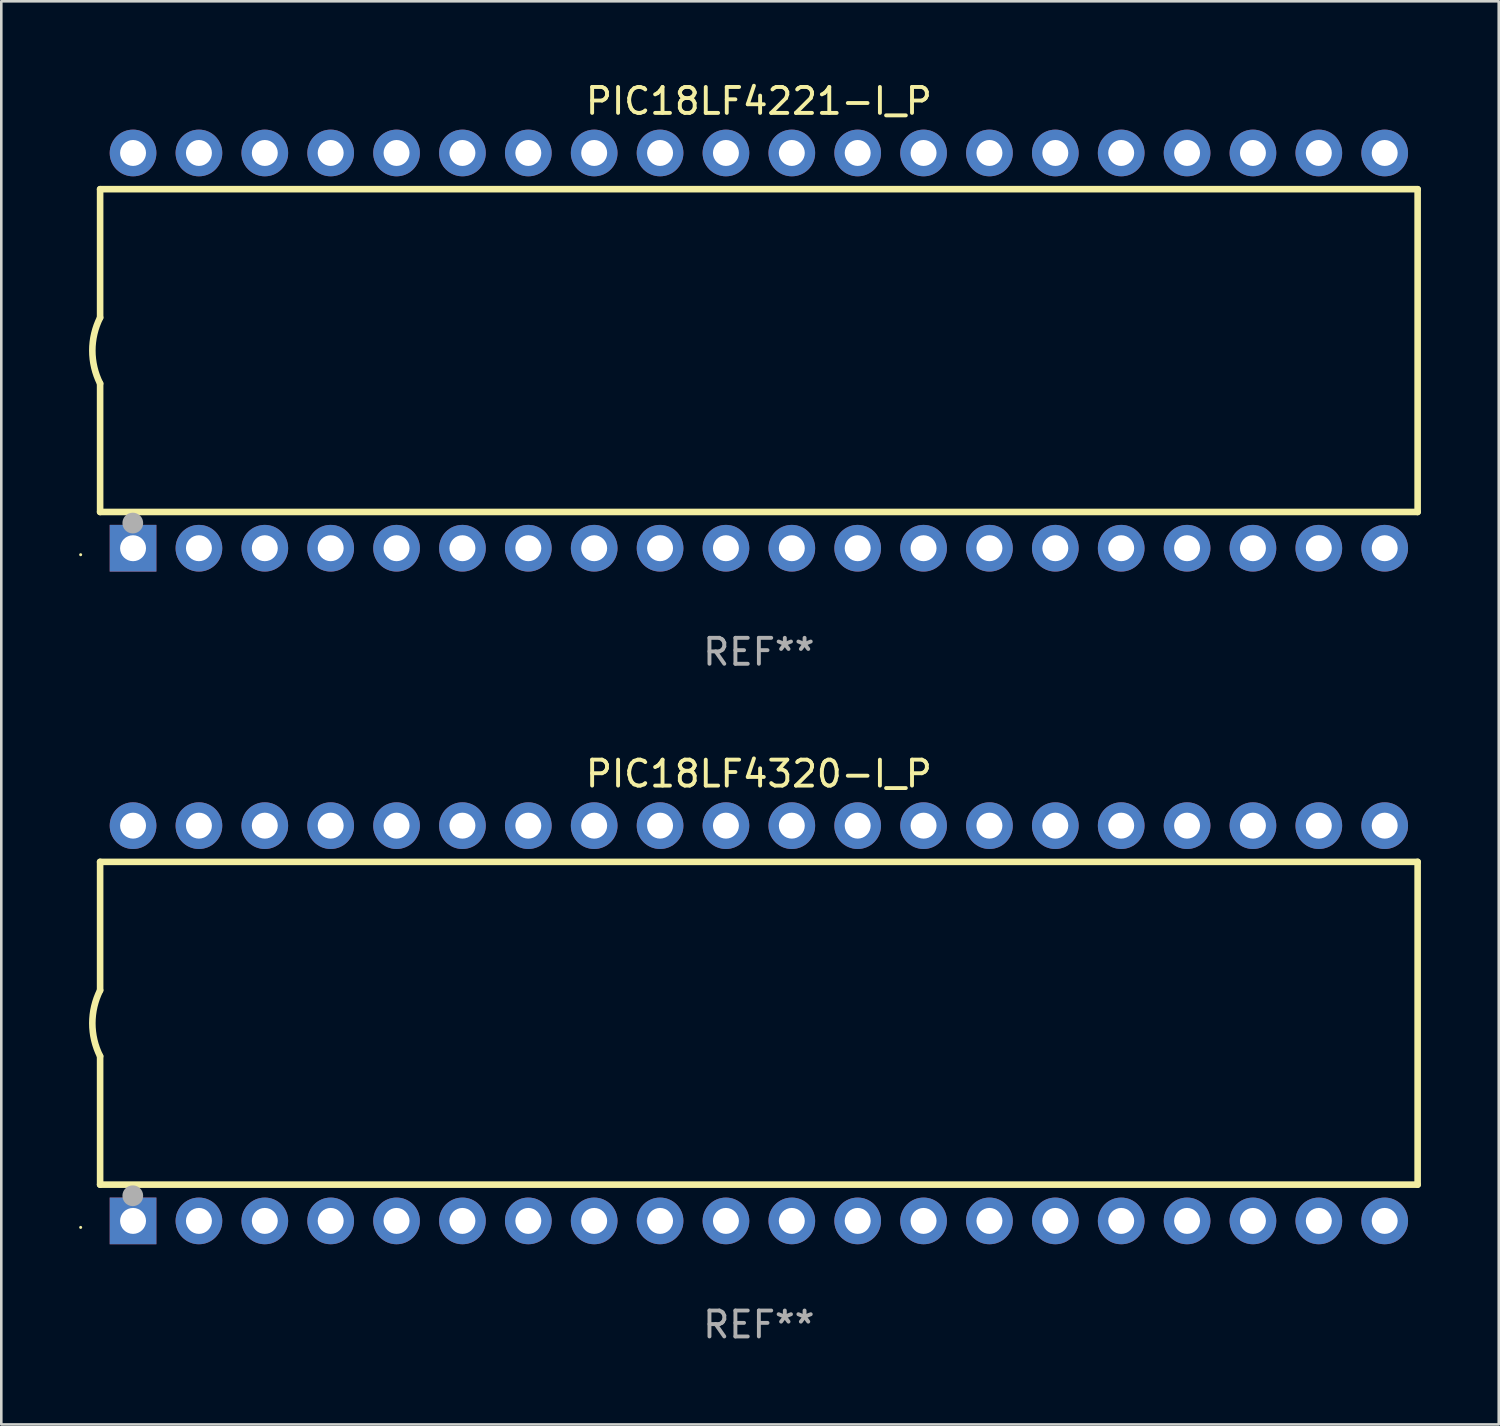
<source format=kicad_pcb>
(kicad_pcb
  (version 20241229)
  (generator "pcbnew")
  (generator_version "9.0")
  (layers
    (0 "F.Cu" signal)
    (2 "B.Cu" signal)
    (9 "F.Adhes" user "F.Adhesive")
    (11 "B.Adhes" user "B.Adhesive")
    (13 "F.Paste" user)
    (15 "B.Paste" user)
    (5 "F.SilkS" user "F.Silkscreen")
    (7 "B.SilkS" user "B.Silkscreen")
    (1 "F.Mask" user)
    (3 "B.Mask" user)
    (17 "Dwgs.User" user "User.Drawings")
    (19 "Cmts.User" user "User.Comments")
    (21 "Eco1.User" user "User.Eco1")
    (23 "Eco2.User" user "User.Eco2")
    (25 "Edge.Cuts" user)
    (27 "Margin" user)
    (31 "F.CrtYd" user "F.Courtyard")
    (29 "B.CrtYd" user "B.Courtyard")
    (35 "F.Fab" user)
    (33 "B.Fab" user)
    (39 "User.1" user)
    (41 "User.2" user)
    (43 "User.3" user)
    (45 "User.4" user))
  (footprint "PIC18LF4221-I_P"
    (layer "F.Cu")
    (at 26.21 10.468)
    (property "Reference" "PIC18LF4221-I_P" (at 0 -9.62 0) (layer "F.SilkS") (effects (font (size 1 1) (thickness 0.15))))
    (attr through_hole)
    (fp_line (start -25.4 -6.224) (end -25.4 -1.271) (stroke (width 0.254) (type solid)) (layer "F.SilkS"))
    (fp_line (start -25.4 -6.224) (end 25.4 -6.224) (stroke (width 0.254) (type solid)) (layer "F.SilkS"))
    (fp_line (start -25.4 1.269) (end -25.4 6.222) (stroke (width 0.254) (type solid)) (layer "F.SilkS"))
    (fp_line (start -25.4 6.222) (end 25.4 6.222) (stroke (width 0.254) (type solid)) (layer "F.SilkS"))
    (fp_line (start 25.4 6.222) (end 25.4 -6.224) (stroke (width 0.254) (type solid)) (layer "F.SilkS"))
    (fp_arc (start -25.4 1.269241) (mid -25.699807 -0.000762) (end -25.4 -1.270765) (stroke (width 0.254001) (type solid)) (layer "F.SilkS"))
    (fp_circle (center -26.15 7.87) (end -26.12 7.87) (stroke (width 0.06) (type solid)) (fill no) (layer "F.SilkS"))
    (fp_circle (center -24.14 6.65) (end -23.94 6.65) (stroke (width 0.4) (type solid)) (fill no) (layer "F.Fab"))
    (fp_text user "REF**" (at 0 11.62 0) (layer "F.Fab") (effects (font (size 1 1) (thickness 0.15))))
    (pad "1" thru_hole rect (at -24.13 7.62 90) (size 1.8 1.8) (drill 1) (layers "*.Cu" "*.Mask"))
    (pad "2" thru_hole circle (at -21.59 7.62) (size 1.8 1.8) (drill 1) (layers "*.Cu" "*.Mask"))
    (pad "3" thru_hole circle (at -19.05 7.62) (size 1.8 1.8) (drill 1) (layers "*.Cu" "*.Mask"))
    (pad "4" thru_hole circle (at -16.51 7.62) (size 1.8 1.8) (drill 1) (layers "*.Cu" "*.Mask"))
    (pad "5" thru_hole circle (at -13.97 7.62) (size 1.8 1.8) (drill 1) (layers "*.Cu" "*.Mask"))
    (pad "6" thru_hole circle (at -11.43 7.62) (size 1.8 1.8) (drill 1) (layers "*.Cu" "*.Mask"))
    (pad "7" thru_hole circle (at -8.89 7.62) (size 1.8 1.8) (drill 1) (layers "*.Cu" "*.Mask"))
    (pad "8" thru_hole circle (at -6.35 7.62) (size 1.8 1.8) (drill 1) (layers "*.Cu" "*.Mask"))
    (pad "9" thru_hole circle (at -3.81 7.62) (size 1.8 1.8) (drill 1) (layers "*.Cu" "*.Mask"))
    (pad "10" thru_hole circle (at -1.27 7.62) (size 1.8 1.8) (drill 1) (layers "*.Cu" "*.Mask"))
    (pad "11" thru_hole circle (at 1.27 7.62) (size 1.8 1.8) (drill 1) (layers "*.Cu" "*.Mask"))
    (pad "12" thru_hole circle (at 3.81 7.62) (size 1.8 1.8) (drill 1) (layers "*.Cu" "*.Mask"))
    (pad "13" thru_hole circle (at 6.35 7.62) (size 1.8 1.8) (drill 1) (layers "*.Cu" "*.Mask"))
    (pad "14" thru_hole circle (at 8.89 7.62) (size 1.8 1.8) (drill 1) (layers "*.Cu" "*.Mask"))
    (pad "15" thru_hole circle (at 11.43 7.62) (size 1.8 1.8) (drill 1) (layers "*.Cu" "*.Mask"))
    (pad "16" thru_hole circle (at 13.97 7.62) (size 1.8 1.8) (drill 1) (layers "*.Cu" "*.Mask"))
    (pad "17" thru_hole circle (at 16.51 7.62) (size 1.8 1.8) (drill 1) (layers "*.Cu" "*.Mask"))
    (pad "18" thru_hole circle (at 19.05 7.62) (size 1.8 1.8) (drill 1) (layers "*.Cu" "*.Mask"))
    (pad "19" thru_hole circle (at 21.59 7.62) (size 1.8 1.8) (drill 1) (layers "*.Cu" "*.Mask"))
    (pad "20" thru_hole circle (at 24.13 7.62) (size 1.8 1.8) (drill 1) (layers "*.Cu" "*.Mask"))
    (pad "21" thru_hole circle (at 24.13 -7.62) (size 1.8 1.8) (drill 1) (layers "*.Cu" "*.Mask"))
    (pad "22" thru_hole circle (at 21.59 -7.62) (size 1.8 1.8) (drill 1) (layers "*.Cu" "*.Mask"))
    (pad "23" thru_hole circle (at 19.05 -7.62) (size 1.8 1.8) (drill 1) (layers "*.Cu" "*.Mask"))
    (pad "24" thru_hole circle (at 16.51 -7.62) (size 1.8 1.8) (drill 1) (layers "*.Cu" "*.Mask"))
    (pad "25" thru_hole circle (at 13.97 -7.62) (size 1.8 1.8) (drill 1) (layers "*.Cu" "*.Mask"))
    (pad "26" thru_hole circle (at 11.43 -7.62) (size 1.8 1.8) (drill 1) (layers "*.Cu" "*.Mask"))
    (pad "27" thru_hole circle (at 8.89 -7.62) (size 1.8 1.8) (drill 1) (layers "*.Cu" "*.Mask"))
    (pad "28" thru_hole circle (at 6.35 -7.62) (size 1.8 1.8) (drill 1) (layers "*.Cu" "*.Mask"))
    (pad "29" thru_hole circle (at 3.81 -7.62) (size 1.8 1.8) (drill 1) (layers "*.Cu" "*.Mask"))
    (pad "30" thru_hole circle (at 1.27 -7.62) (size 1.8 1.8) (drill 1) (layers "*.Cu" "*.Mask"))
    (pad "31" thru_hole circle (at -1.27 -7.62) (size 1.8 1.8) (drill 1) (layers "*.Cu" "*.Mask"))
    (pad "32" thru_hole circle (at -3.81 -7.62) (size 1.8 1.8) (drill 1) (layers "*.Cu" "*.Mask"))
    (pad "33" thru_hole circle (at -6.35 -7.62) (size 1.8 1.8) (drill 1) (layers "*.Cu" "*.Mask"))
    (pad "34" thru_hole circle (at -8.89 -7.62) (size 1.8 1.8) (drill 1) (layers "*.Cu" "*.Mask"))
    (pad "35" thru_hole circle (at -11.43 -7.62) (size 1.8 1.8) (drill 1) (layers "*.Cu" "*.Mask"))
    (pad "36" thru_hole circle (at -13.97 -7.62) (size 1.8 1.8) (drill 1) (layers "*.Cu" "*.Mask"))
    (pad "37" thru_hole circle (at -16.51 -7.62) (size 1.8 1.8) (drill 1) (layers "*.Cu" "*.Mask"))
    (pad "38" thru_hole circle (at -19.05 -7.62) (size 1.8 1.8) (drill 1) (layers "*.Cu" "*.Mask"))
    (pad "39" thru_hole circle (at -21.59 -7.62) (size 1.8 1.8) (drill 1) (layers "*.Cu" "*.Mask"))
    (pad "40" thru_hole circle (at -24.13 -7.62) (size 1.8 1.8) (drill 1) (layers "*.Cu" "*.Mask")))
  (footprint "PIC18LF4320-I_P"
    (layer "F.Cu")
    (at 26.21 36.405)
    (property "Reference" "PIC18LF4320-I_P" (at 0 -9.62 0) (layer "F.SilkS") (effects (font (size 1 1) (thickness 0.15))))
    (attr through_hole)
    (fp_line (start -25.4 -6.224) (end -25.4 -1.271) (stroke (width 0.254) (type solid)) (layer "F.SilkS"))
    (fp_line (start -25.4 -6.224) (end 25.4 -6.224) (stroke (width 0.254) (type solid)) (layer "F.SilkS"))
    (fp_line (start -25.4 1.269) (end -25.4 6.222) (stroke (width 0.254) (type solid)) (layer "F.SilkS"))
    (fp_line (start -25.4 6.222) (end 25.4 6.222) (stroke (width 0.254) (type solid)) (layer "F.SilkS"))
    (fp_line (start 25.4 6.222) (end 25.4 -6.224) (stroke (width 0.254) (type solid)) (layer "F.SilkS"))
    (fp_arc (start -25.4 1.269241) (mid -25.699807 -0.000762) (end -25.4 -1.270765) (stroke (width 0.254001) (type solid)) (layer "F.SilkS"))
    (fp_circle (center -26.15 7.87) (end -26.12 7.87) (stroke (width 0.06) (type solid)) (fill no) (layer "F.SilkS"))
    (fp_circle (center -24.14 6.65) (end -23.94 6.65) (stroke (width 0.4) (type solid)) (fill no) (layer "F.Fab"))
    (fp_text user "REF**" (at 0 11.62 0) (layer "F.Fab") (effects (font (size 1 1) (thickness 0.15))))
    (pad "1" thru_hole rect (at -24.13 7.62 90) (size 1.8 1.8) (drill 1) (layers "*.Cu" "*.Mask"))
    (pad "2" thru_hole circle (at -21.59 7.62) (size 1.8 1.8) (drill 1) (layers "*.Cu" "*.Mask"))
    (pad "3" thru_hole circle (at -19.05 7.62) (size 1.8 1.8) (drill 1) (layers "*.Cu" "*.Mask"))
    (pad "4" thru_hole circle (at -16.51 7.62) (size 1.8 1.8) (drill 1) (layers "*.Cu" "*.Mask"))
    (pad "5" thru_hole circle (at -13.97 7.62) (size 1.8 1.8) (drill 1) (layers "*.Cu" "*.Mask"))
    (pad "6" thru_hole circle (at -11.43 7.62) (size 1.8 1.8) (drill 1) (layers "*.Cu" "*.Mask"))
    (pad "7" thru_hole circle (at -8.89 7.62) (size 1.8 1.8) (drill 1) (layers "*.Cu" "*.Mask"))
    (pad "8" thru_hole circle (at -6.35 7.62) (size 1.8 1.8) (drill 1) (layers "*.Cu" "*.Mask"))
    (pad "9" thru_hole circle (at -3.81 7.62) (size 1.8 1.8) (drill 1) (layers "*.Cu" "*.Mask"))
    (pad "10" thru_hole circle (at -1.27 7.62) (size 1.8 1.8) (drill 1) (layers "*.Cu" "*.Mask"))
    (pad "11" thru_hole circle (at 1.27 7.62) (size 1.8 1.8) (drill 1) (layers "*.Cu" "*.Mask"))
    (pad "12" thru_hole circle (at 3.81 7.62) (size 1.8 1.8) (drill 1) (layers "*.Cu" "*.Mask"))
    (pad "13" thru_hole circle (at 6.35 7.62) (size 1.8 1.8) (drill 1) (layers "*.Cu" "*.Mask"))
    (pad "14" thru_hole circle (at 8.89 7.62) (size 1.8 1.8) (drill 1) (layers "*.Cu" "*.Mask"))
    (pad "15" thru_hole circle (at 11.43 7.62) (size 1.8 1.8) (drill 1) (layers "*.Cu" "*.Mask"))
    (pad "16" thru_hole circle (at 13.97 7.62) (size 1.8 1.8) (drill 1) (layers "*.Cu" "*.Mask"))
    (pad "17" thru_hole circle (at 16.51 7.62) (size 1.8 1.8) (drill 1) (layers "*.Cu" "*.Mask"))
    (pad "18" thru_hole circle (at 19.05 7.62) (size 1.8 1.8) (drill 1) (layers "*.Cu" "*.Mask"))
    (pad "19" thru_hole circle (at 21.59 7.62) (size 1.8 1.8) (drill 1) (layers "*.Cu" "*.Mask"))
    (pad "20" thru_hole circle (at 24.13 7.62) (size 1.8 1.8) (drill 1) (layers "*.Cu" "*.Mask"))
    (pad "21" thru_hole circle (at 24.13 -7.62) (size 1.8 1.8) (drill 1) (layers "*.Cu" "*.Mask"))
    (pad "22" thru_hole circle (at 21.59 -7.62) (size 1.8 1.8) (drill 1) (layers "*.Cu" "*.Mask"))
    (pad "23" thru_hole circle (at 19.05 -7.62) (size 1.8 1.8) (drill 1) (layers "*.Cu" "*.Mask"))
    (pad "24" thru_hole circle (at 16.51 -7.62) (size 1.8 1.8) (drill 1) (layers "*.Cu" "*.Mask"))
    (pad "25" thru_hole circle (at 13.97 -7.62) (size 1.8 1.8) (drill 1) (layers "*.Cu" "*.Mask"))
    (pad "26" thru_hole circle (at 11.43 -7.62) (size 1.8 1.8) (drill 1) (layers "*.Cu" "*.Mask"))
    (pad "27" thru_hole circle (at 8.89 -7.62) (size 1.8 1.8) (drill 1) (layers "*.Cu" "*.Mask"))
    (pad "28" thru_hole circle (at 6.35 -7.62) (size 1.8 1.8) (drill 1) (layers "*.Cu" "*.Mask"))
    (pad "29" thru_hole circle (at 3.81 -7.62) (size 1.8 1.8) (drill 1) (layers "*.Cu" "*.Mask"))
    (pad "30" thru_hole circle (at 1.27 -7.62) (size 1.8 1.8) (drill 1) (layers "*.Cu" "*.Mask"))
    (pad "31" thru_hole circle (at -1.27 -7.62) (size 1.8 1.8) (drill 1) (layers "*.Cu" "*.Mask"))
    (pad "32" thru_hole circle (at -3.81 -7.62) (size 1.8 1.8) (drill 1) (layers "*.Cu" "*.Mask"))
    (pad "33" thru_hole circle (at -6.35 -7.62) (size 1.8 1.8) (drill 1) (layers "*.Cu" "*.Mask"))
    (pad "34" thru_hole circle (at -8.89 -7.62) (size 1.8 1.8) (drill 1) (layers "*.Cu" "*.Mask"))
    (pad "35" thru_hole circle (at -11.43 -7.62) (size 1.8 1.8) (drill 1) (layers "*.Cu" "*.Mask"))
    (pad "36" thru_hole circle (at -13.97 -7.62) (size 1.8 1.8) (drill 1) (layers "*.Cu" "*.Mask"))
    (pad "37" thru_hole circle (at -16.51 -7.62) (size 1.8 1.8) (drill 1) (layers "*.Cu" "*.Mask"))
    (pad "38" thru_hole circle (at -19.05 -7.62) (size 1.8 1.8) (drill 1) (layers "*.Cu" "*.Mask"))
    (pad "39" thru_hole circle (at -21.59 -7.62) (size 1.8 1.8) (drill 1) (layers "*.Cu" "*.Mask"))
    (pad "40" thru_hole circle (at -24.13 -7.62) (size 1.8 1.8) (drill 1) (layers "*.Cu" "*.Mask")))
  (gr_rect
    (start -3 -3)
    (end 54.737 51.873)
    (stroke (width 0.1) (type default))
    (fill no)
    (layer "Edge.Cuts")))
</source>
